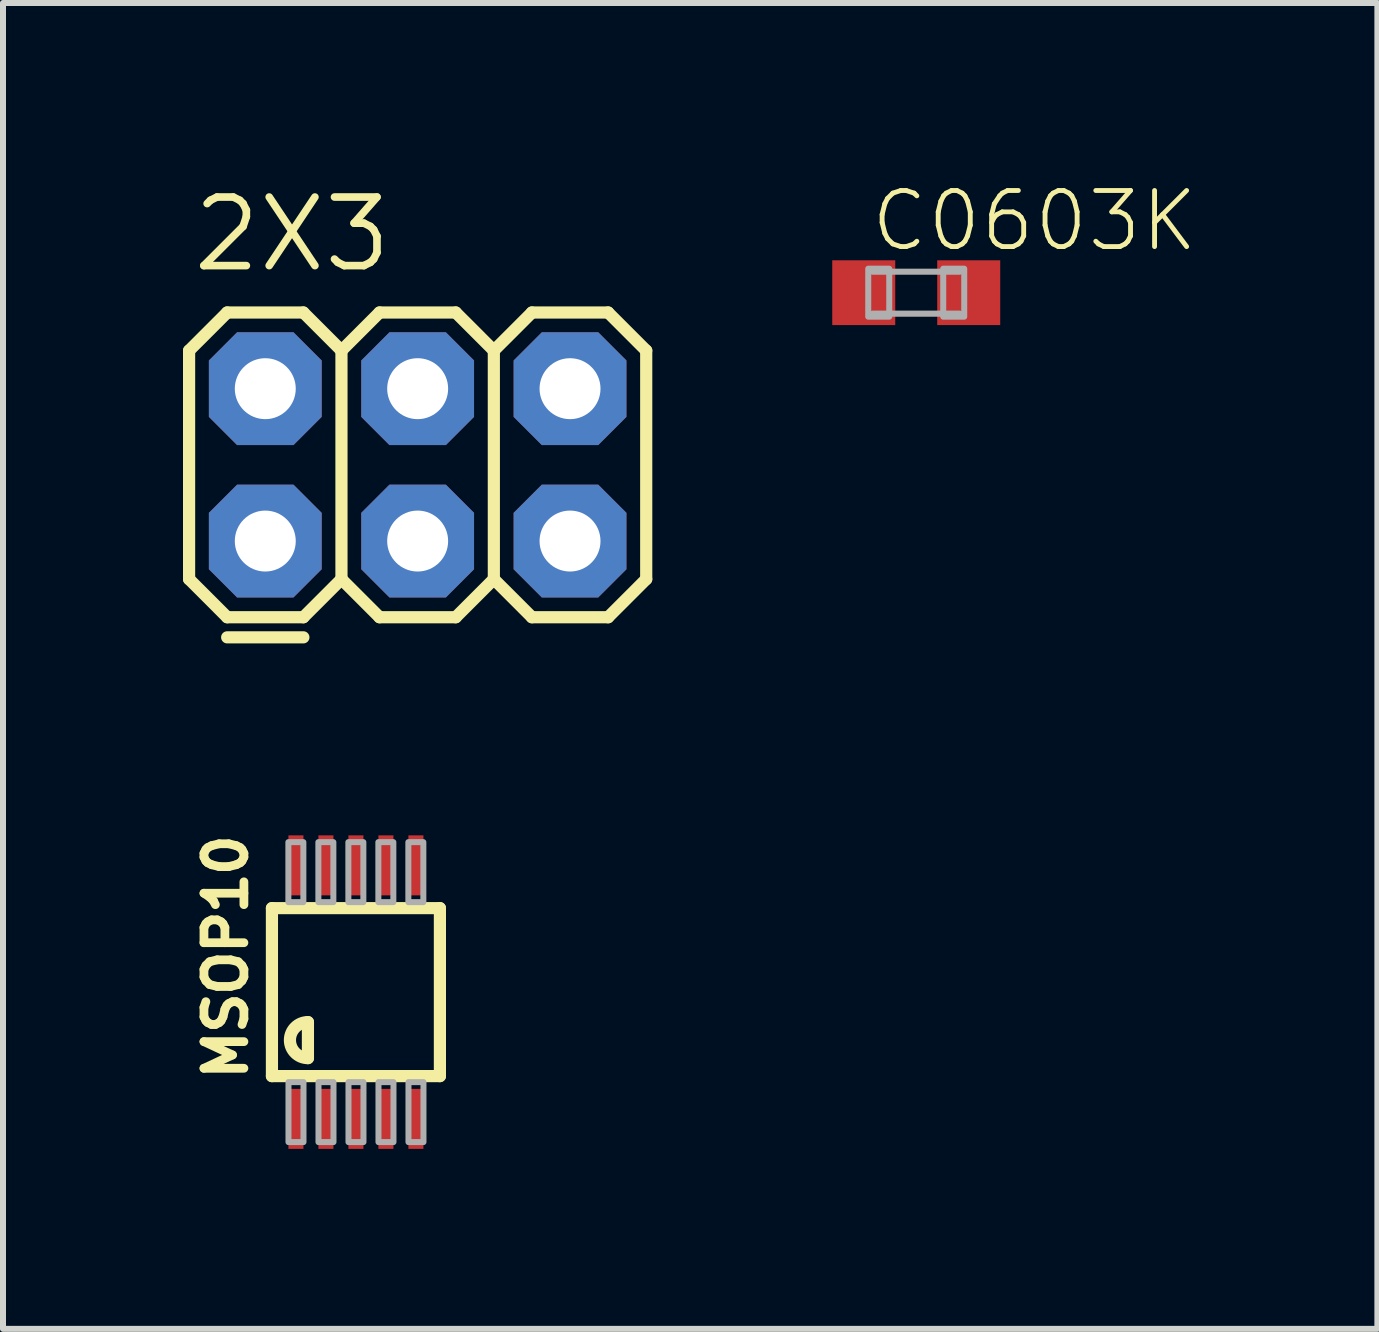
<source format=kicad_pcb>
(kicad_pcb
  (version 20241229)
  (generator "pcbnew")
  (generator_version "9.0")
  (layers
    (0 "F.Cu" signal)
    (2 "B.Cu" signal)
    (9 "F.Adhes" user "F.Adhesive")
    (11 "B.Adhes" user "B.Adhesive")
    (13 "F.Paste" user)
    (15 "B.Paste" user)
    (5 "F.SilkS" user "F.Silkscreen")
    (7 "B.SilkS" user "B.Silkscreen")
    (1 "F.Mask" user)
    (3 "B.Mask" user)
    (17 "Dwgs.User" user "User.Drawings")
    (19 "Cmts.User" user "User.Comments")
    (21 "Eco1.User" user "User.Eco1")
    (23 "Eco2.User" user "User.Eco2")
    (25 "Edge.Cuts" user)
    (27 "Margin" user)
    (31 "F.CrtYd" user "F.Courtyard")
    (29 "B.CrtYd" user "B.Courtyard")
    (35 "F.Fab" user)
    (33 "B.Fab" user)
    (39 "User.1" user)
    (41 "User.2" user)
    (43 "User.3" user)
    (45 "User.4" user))
  (footprint "MSOP10"
    (layer "F.Cu")
    (at 2.883 13.488)
    (property "Reference" "MSOP10" (at -1.778 1.524 90) (layer "F.SilkS") (effects (font (size 0.666 0.666) (thickness 0.146)) (justify left bottom)))
    (fp_line (start -1.4 -1.4) (end 1.4 -1.4) (stroke (width 0.203) (type solid)) (layer "F.SilkS"))
    (fp_line (start -1.4 1.4) (end -1.4 -1.4) (stroke (width 0.203) (type solid)) (layer "F.SilkS"))
    (fp_line (start -0.8 0.5) (end -0.8 1.1) (stroke (width 0.203) (type solid)) (layer "F.SilkS"))
    (fp_line (start 1.4 -1.4) (end 1.4 1.4) (stroke (width 0.203) (type solid)) (layer "F.SilkS"))
    (fp_line (start 1.4 1.4) (end -1.4 1.4) (stroke (width 0.203) (type solid)) (layer "F.SilkS"))
    (fp_arc (start -0.8 1.1) (mid -1.1 0.8) (end -0.8 0.5) (stroke (width 0.2032) (type solid)) (layer "F.SilkS"))
    (fp_poly (pts (xy -1.124 2.5) (xy -0.874 2.5) (xy -0.874 1.5) (xy -1.124 1.5)) (stroke (width 0.1) (type solid)) (fill no) (layer "F.Fab"))
    (fp_poly (pts (xy -0.876 -2.5) (xy -1.126 -2.5) (xy -1.126 -1.5) (xy -0.876 -1.5)) (stroke (width 0.1) (type solid)) (fill no) (layer "F.Fab"))
    (fp_poly (pts (xy -0.624 2.5) (xy -0.374 2.5) (xy -0.374 1.5) (xy -0.624 1.5)) (stroke (width 0.1) (type solid)) (fill no) (layer "F.Fab"))
    (fp_poly (pts (xy -0.376 -2.5) (xy -0.626 -2.5) (xy -0.626 -1.5) (xy -0.376 -1.5)) (stroke (width 0.1) (type solid)) (fill no) (layer "F.Fab"))
    (fp_poly (pts (xy -0.124 2.5) (xy 0.126 2.5) (xy 0.126 1.5) (xy -0.124 1.5)) (stroke (width 0.1) (type solid)) (fill no) (layer "F.Fab"))
    (fp_poly (pts (xy 0.124 -2.5) (xy -0.126 -2.5) (xy -0.126 -1.5) (xy 0.124 -1.5)) (stroke (width 0.1) (type solid)) (fill no) (layer "F.Fab"))
    (fp_poly (pts (xy 0.376 2.5) (xy 0.626 2.5) (xy 0.626 1.5) (xy 0.376 1.5)) (stroke (width 0.1) (type solid)) (fill no) (layer "F.Fab"))
    (fp_poly (pts (xy 0.624 -2.5) (xy 0.374 -2.5) (xy 0.374 -1.5) (xy 0.624 -1.5)) (stroke (width 0.1) (type solid)) (fill no) (layer "F.Fab"))
    (fp_poly (pts (xy 0.876 2.5) (xy 1.126 2.5) (xy 1.126 1.5) (xy 0.876 1.5)) (stroke (width 0.1) (type solid)) (fill no) (layer "F.Fab"))
    (fp_poly (pts (xy 1.124 -2.5) (xy 0.874 -2.5) (xy 0.874 -1.5) (xy 1.124 -1.5)) (stroke (width 0.1) (type solid)) (fill no) (layer "F.Fab"))
    (pad "1" smd rect (at -1 2.113) (size 0.25 1) (layers "F.Cu" "F.Mask" "F.Paste"))
    (pad "2" smd rect (at -0.5 2.113) (size 0.25 1) (layers "F.Cu" "F.Mask" "F.Paste"))
    (pad "3" smd rect (at 0 2.113) (size 0.25 1) (layers "F.Cu" "F.Mask" "F.Paste"))
    (pad "4" smd rect (at 0.5 2.113) (size 0.25 1) (layers "F.Cu" "F.Mask" "F.Paste"))
    (pad "5" smd rect (at 1 2.113) (size 0.25 1) (layers "F.Cu" "F.Mask" "F.Paste"))
    (pad "6" smd rect (at 1 -2.113 180) (size 0.25 1) (layers "F.Cu" "F.Mask" "F.Paste"))
    (pad "7" smd rect (at 0.5 -2.113 180) (size 0.25 1) (layers "F.Cu" "F.Mask" "F.Paste"))
    (pad "8" smd rect (at 0 -2.113 180) (size 0.25 1) (layers "F.Cu" "F.Mask" "F.Paste"))
    (pad "9" smd rect (at -0.5 -2.113 180) (size 0.25 1) (layers "F.Cu" "F.Mask" "F.Paste"))
    (pad "10" smd rect (at -1 -2.113 180) (size 0.25 1) (layers "F.Cu" "F.Mask" "F.Paste")))
  (footprint "C0603K"
    (layer "F.Cu")
    (at 12.223 1.829)
    (property "Reference" "C0603K" (at -0.8 -0.65 0) (layer "F.SilkS") (effects (font (size 0.935 0.935) (thickness 0.081)) (justify left bottom)))
    (fp_line (start -0.725 -0.35) (end 0.725 -0.35) (stroke (width 0.102) (type solid)) (layer "F.Fab"))
    (fp_line (start 0.725 0.35) (end -0.725 0.35) (stroke (width 0.102) (type solid)) (layer "F.Fab"))
    (fp_poly (pts (xy -0.8 0.4) (xy -0.45 0.4) (xy -0.45 -0.4) (xy -0.8 -0.4)) (stroke (width 0.1) (type solid)) (fill no) (layer "F.Fab"))
    (fp_poly (pts (xy 0.45 0.4) (xy 0.8 0.4) (xy 0.8 -0.4) (xy 0.45 -0.4)) (stroke (width 0.1) (type solid)) (fill no) (layer "F.Fab"))
    (pad "1" smd rect (at -0.875 0) (size 1.05 1.08) (layers "F.Cu" "F.Mask" "F.Paste"))
    (pad "2" smd rect (at 0.875 0) (size 1.05 1.08) (layers "F.Cu" "F.Mask" "F.Paste")))
  (footprint "2X3"
    (layer "F.Cu")
    (at 1.372 5.969)
    (property "Reference" "2X3" (at -1.27 -4.445 0) (layer "F.SilkS") (effects (font (size 1.143 1.143) (thickness 0.127)) (justify left bottom)))
    (fp_line (start -1.27 -3.175) (end -0.635 -3.81) (stroke (width 0.203) (type solid)) (layer "F.SilkS"))
    (fp_line (start -1.27 0.635) (end -1.27 -3.175) (stroke (width 0.203) (type solid)) (layer "F.SilkS"))
    (fp_line (start -1.27 0.635) (end -0.635 1.27) (stroke (width 0.203) (type solid)) (layer "F.SilkS"))
    (fp_line (start -0.635 -3.81) (end 0.635 -3.81) (stroke (width 0.203) (type solid)) (layer "F.SilkS"))
    (fp_line (start -0.635 1.27) (end 0.635 1.27) (stroke (width 0.203) (type solid)) (layer "F.SilkS"))
    (fp_line (start 0.635 -3.81) (end 1.27 -3.175) (stroke (width 0.203) (type solid)) (layer "F.SilkS"))
    (fp_line (start 0.635 1.27) (end 1.27 0.635) (stroke (width 0.203) (type solid)) (layer "F.SilkS"))
    (fp_line (start 0.635 1.605) (end -0.635 1.605) (stroke (width 0.203) (type solid)) (layer "F.SilkS"))
    (fp_line (start 1.27 -3.175) (end 1.27 0.635) (stroke (width 0.203) (type solid)) (layer "F.SilkS"))
    (fp_line (start 1.27 -3.175) (end 1.905 -3.81) (stroke (width 0.203) (type solid)) (layer "F.SilkS"))
    (fp_line (start 1.27 0.635) (end 1.905 1.27) (stroke (width 0.203) (type solid)) (layer "F.SilkS"))
    (fp_line (start 1.905 -3.81) (end 3.175 -3.81) (stroke (width 0.203) (type solid)) (layer "F.SilkS"))
    (fp_line (start 1.905 1.27) (end 3.175 1.27) (stroke (width 0.203) (type solid)) (layer "F.SilkS"))
    (fp_line (start 3.175 -3.81) (end 3.81 -3.175) (stroke (width 0.203) (type solid)) (layer "F.SilkS"))
    (fp_line (start 3.175 1.27) (end 3.81 0.635) (stroke (width 0.203) (type solid)) (layer "F.SilkS"))
    (fp_line (start 3.81 -3.175) (end 3.81 0.635) (stroke (width 0.203) (type solid)) (layer "F.SilkS"))
    (fp_line (start 3.81 -3.175) (end 4.445 -3.81) (stroke (width 0.203) (type solid)) (layer "F.SilkS"))
    (fp_line (start 3.81 0.635) (end 4.445 1.27) (stroke (width 0.203) (type solid)) (layer "F.SilkS"))
    (fp_line (start 4.445 -3.81) (end 5.715 -3.81) (stroke (width 0.203) (type solid)) (layer "F.SilkS"))
    (fp_line (start 4.445 1.27) (end 5.715 1.27) (stroke (width 0.203) (type solid)) (layer "F.SilkS"))
    (fp_line (start 5.715 -3.81) (end 6.35 -3.175) (stroke (width 0.203) (type solid)) (layer "F.SilkS"))
    (fp_line (start 5.715 1.27) (end 6.35 0.635) (stroke (width 0.203) (type solid)) (layer "F.SilkS"))
    (fp_line (start 6.35 -3.175) (end 6.35 0.635) (stroke (width 0.203) (type solid)) (layer "F.SilkS"))
    (fp_poly (pts (xy -0.254 -2.286) (xy 0.254 -2.286) (xy 0.254 -2.794) (xy -0.254 -2.794)) (stroke (width 0.1) (type solid)) (fill no) (layer "F.Fab"))
    (fp_poly (pts (xy -0.254 0.254) (xy 0.254 0.254) (xy 0.254 -0.254) (xy -0.254 -0.254)) (stroke (width 0.1) (type solid)) (fill no) (layer "F.Fab"))
    (fp_poly (pts (xy 2.286 -2.286) (xy 2.794 -2.286) (xy 2.794 -2.794) (xy 2.286 -2.794)) (stroke (width 0.1) (type solid)) (fill no) (layer "F.Fab"))
    (fp_poly (pts (xy 2.286 0.254) (xy 2.794 0.254) (xy 2.794 -0.254) (xy 2.286 -0.254)) (stroke (width 0.1) (type solid)) (fill no) (layer "F.Fab"))
    (fp_poly (pts (xy 4.826 -2.286) (xy 5.334 -2.286) (xy 5.334 -2.794) (xy 4.826 -2.794)) (stroke (width 0.1) (type solid)) (fill no) (layer "F.Fab"))
    (fp_poly (pts (xy 4.826 0.254) (xy 5.334 0.254) (xy 5.334 -0.254) (xy 4.826 -0.254)) (stroke (width 0.1) (type solid)) (fill no) (layer "F.Fab"))
    (pad "1" thru_hole roundrect (at 0 0) (size 1.88 1.88) (drill 1.016) (layers "*.Cu" "*.Mask") (roundrect_rratio 0.25) (chamfer_ratio 0.25) (chamfer top_left top_right bottom_left bottom_right))
    (pad "2" thru_hole roundrect (at 0 -2.54) (size 1.88 1.88) (drill 1.016) (layers "*.Cu" "*.Mask") (roundrect_rratio 0.25) (chamfer_ratio 0.25) (chamfer top_left top_right bottom_left bottom_right))
    (pad "3" thru_hole roundrect (at 2.54 0) (size 1.88 1.88) (drill 1.016) (layers "*.Cu" "*.Mask") (roundrect_rratio 0.25) (chamfer_ratio 0.25) (chamfer top_left top_right bottom_left bottom_right))
    (pad "4" thru_hole roundrect (at 2.54 -2.54) (size 1.88 1.88) (drill 1.016) (layers "*.Cu" "*.Mask") (roundrect_rratio 0.25) (chamfer_ratio 0.25) (chamfer top_left top_right bottom_left bottom_right))
    (pad "5" thru_hole roundrect (at 5.08 0) (size 1.88 1.88) (drill 1.016) (layers "*.Cu" "*.Mask") (roundrect_rratio 0.25) (chamfer_ratio 0.25) (chamfer top_left top_right bottom_left bottom_right))
    (pad "6" thru_hole roundrect (at 5.08 -2.54) (size 1.88 1.88) (drill 1.016) (layers "*.Cu" "*.Mask") (roundrect_rratio 0.25) (chamfer_ratio 0.25) (chamfer top_left top_right bottom_left bottom_right)))
  (gr_rect
    (start -3 -3)
    (end 19.91 19.101)
    (stroke (width 0.1) (type default))
    (fill no)
    (layer "Edge.Cuts")))
</source>
